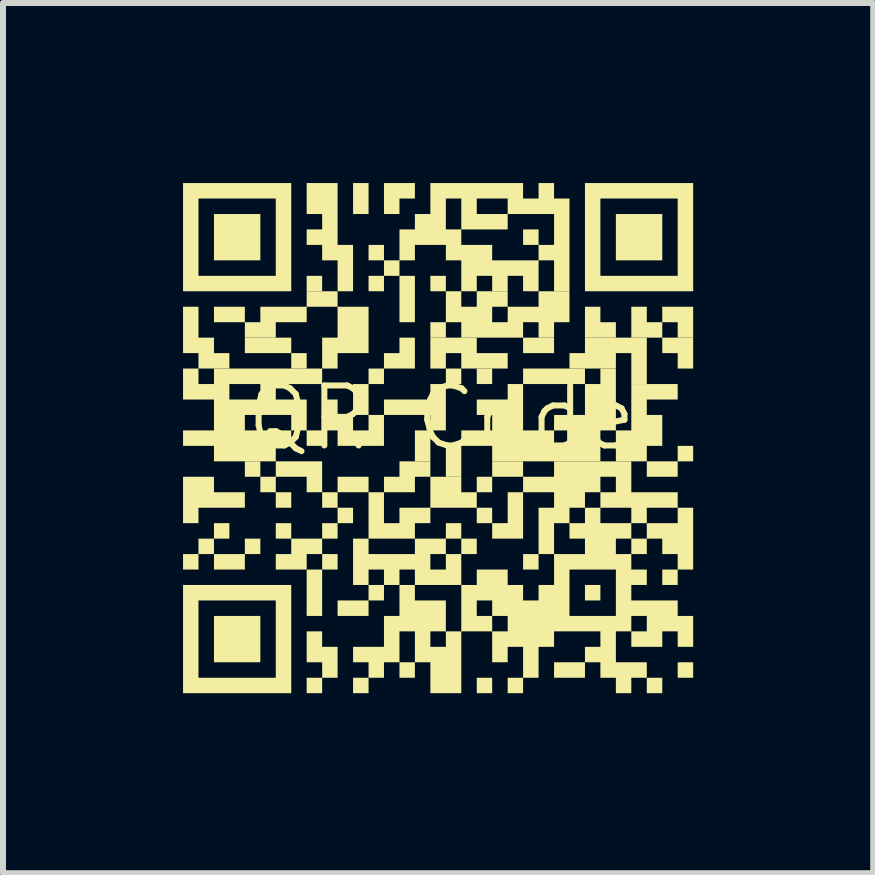
<source format=kicad_pcb>
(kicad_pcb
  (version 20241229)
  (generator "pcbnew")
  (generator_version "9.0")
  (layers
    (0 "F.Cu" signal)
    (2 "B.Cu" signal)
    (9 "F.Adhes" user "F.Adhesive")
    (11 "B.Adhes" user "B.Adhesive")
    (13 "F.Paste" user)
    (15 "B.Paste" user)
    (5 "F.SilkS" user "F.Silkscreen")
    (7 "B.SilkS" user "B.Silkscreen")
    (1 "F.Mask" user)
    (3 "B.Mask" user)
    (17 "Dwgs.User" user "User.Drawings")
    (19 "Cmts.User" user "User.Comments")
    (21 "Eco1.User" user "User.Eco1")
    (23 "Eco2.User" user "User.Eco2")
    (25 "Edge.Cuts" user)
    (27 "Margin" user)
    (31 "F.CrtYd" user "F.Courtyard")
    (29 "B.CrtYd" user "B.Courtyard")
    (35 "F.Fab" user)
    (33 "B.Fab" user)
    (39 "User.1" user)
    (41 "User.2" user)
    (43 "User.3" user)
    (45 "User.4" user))
  (footprint "QR Code"
    (layer "F.Cu")
    (at 4.307 4.415)
    (property "Reference" "QR Code" (at 0 -0.5 0) (unlocked yes) (layer "F.SilkS") (effects (font (size 1 1) (thickness 0.1))))
    (attr smd)
    (fp_poly (pts (xy -4.05 2.025) (xy -4.307 2.025) (xy -4.307 1.767) (xy -4.05 1.767)) (stroke (width 0) (type solid)) (fill yes) (layer "F.SilkS"))
    (fp_poly (pts (xy -3.019 0.479) (xy -3.277 0.479) (xy -3.277 0.222) (xy -3.019 0.222)) (stroke (width 0) (type solid)) (fill yes) (layer "F.SilkS"))
    (fp_poly (pts (xy -3.019 -3.127) (xy -3.792 -3.127) (xy -3.792 -3.899) (xy -3.019 -3.899)) (stroke (width 0) (type solid)) (fill yes) (layer "F.SilkS"))
    (fp_poly (pts (xy -3.019 1.767) (xy -3.277 1.767) (xy -3.277 1.51) (xy -3.019 1.51)) (stroke (width 0) (type solid)) (fill yes) (layer "F.SilkS"))
    (fp_poly (pts (xy -3.019 3.57) (xy -3.792 3.57) (xy -3.792 2.798) (xy -3.019 2.798)) (stroke (width 0) (type solid)) (fill yes) (layer "F.SilkS"))
    (fp_poly (pts (xy -2.504 -1.581) (xy -3.277 -1.581) (xy -3.277 -1.839) (xy -2.504 -1.839)) (stroke (width 0) (type solid)) (fill yes) (layer "F.SilkS"))
    (fp_poly (pts (xy -2.504 1.51) (xy -2.762 1.51) (xy -2.762 1.252) (xy -2.504 1.252)) (stroke (width 0) (type solid)) (fill yes) (layer "F.SilkS"))
    (fp_poly (pts (xy -2.247 -1.324) (xy -2.504 -1.324) (xy -2.504 -1.581) (xy -2.247 -1.581)) (stroke (width 0) (type solid)) (fill yes) (layer "F.SilkS"))
    (fp_poly (pts (xy -1.989 2.798) (xy -2.247 2.798) (xy -2.247 2.025) (xy -1.989 2.025)) (stroke (width 0) (type solid)) (fill yes) (layer "F.SilkS"))
    (fp_poly (pts (xy -1.989 -2.612) (xy -2.247 -2.612) (xy -2.247 -2.869) (xy -1.989 -2.869)) (stroke (width 0) (type solid)) (fill yes) (layer "F.SilkS"))
    (fp_poly (pts (xy -1.732 0.995) (xy -1.989 0.995) (xy -1.989 0.737) (xy -1.732 0.737)) (stroke (width 0) (type solid)) (fill yes) (layer "F.SilkS"))
    (fp_poly (pts (xy -1.216 0.737) (xy -1.732 0.737) (xy -1.732 0.479) (xy -1.216 0.479)) (stroke (width 0) (type solid)) (fill yes) (layer "F.SilkS"))
    (fp_poly (pts (xy -1.216 -3.899) (xy -1.474 -3.899) (xy -1.474 -4.415) (xy -1.216 -4.415)) (stroke (width 0) (type solid)) (fill yes) (layer "F.SilkS"))
    (fp_poly (pts (xy -1.216 2.798) (xy -1.732 2.798) (xy -1.732 2.54) (xy -1.216 2.54)) (stroke (width 0) (type solid)) (fill yes) (layer "F.SilkS"))
    (fp_poly (pts (xy -0.959 -1.066) (xy -1.216 -1.066) (xy -1.216 -1.324) (xy -0.959 -1.324)) (stroke (width 0) (type solid)) (fill yes) (layer "F.SilkS"))
    (fp_poly (pts (xy -0.959 -3.127) (xy -1.216 -3.127) (xy -1.216 -3.384) (xy -0.959 -3.384)) (stroke (width 0) (type solid)) (fill yes) (layer "F.SilkS"))
    (fp_poly (pts (xy -0.959 -2.612) (xy -1.216 -2.612) (xy -1.216 -2.869) (xy -0.959 -2.869)) (stroke (width 0) (type solid)) (fill yes) (layer "F.SilkS"))
    (fp_poly (pts (xy -0.959 2.54) (xy -1.216 2.54) (xy -1.216 2.282) (xy -0.959 2.282)) (stroke (width 0) (type solid)) (fill yes) (layer "F.SilkS"))
    (fp_poly (pts (xy -0.444 3.828) (xy -0.701 3.828) (xy -0.701 3.57) (xy -0.444 3.57)) (stroke (width 0) (type solid)) (fill yes) (layer "F.SilkS"))
    (fp_poly (pts (xy 0.072 -1.839) (xy -0.186 -1.839) (xy -0.186 -2.096) (xy 0.072 -2.096)) (stroke (width 0) (type solid)) (fill yes) (layer "F.SilkS"))
    (fp_poly (pts (xy 0.072 -2.612) (xy -0.186 -2.612) (xy -0.186 -2.869) (xy 0.072 -2.869)) (stroke (width 0) (type solid)) (fill yes) (layer "F.SilkS"))
    (fp_poly (pts (xy 0.329 -1.066) (xy 0.072 -1.066) (xy 0.072 -1.324) (xy 0.329 -1.324)) (stroke (width 0) (type solid)) (fill yes) (layer "F.SilkS"))
    (fp_poly (pts (xy 0.329 0.479) (xy 0.072 0.479) (xy 0.072 -0.036) (xy 0.329 -0.036)) (stroke (width 0) (type solid)) (fill yes) (layer "F.SilkS"))
    (fp_poly (pts (xy 0.587 1.767) (xy 0.329 1.767) (xy 0.329 1.51) (xy 0.587 1.51)) (stroke (width 0) (type solid)) (fill yes) (layer "F.SilkS"))
    (fp_poly (pts (xy 0.844 0.737) (xy 0.587 0.737) (xy 0.587 0.479) (xy 0.844 0.479)) (stroke (width 0) (type solid)) (fill yes) (layer "F.SilkS"))
    (fp_poly (pts (xy 0.844 -1.066) (xy 0.587 -1.066) (xy 0.587 -1.324) (xy 0.844 -1.324)) (stroke (width 0) (type solid)) (fill yes) (layer "F.SilkS"))
    (fp_poly (pts (xy 0.844 1.252) (xy 0.587 1.252) (xy 0.587 0.995) (xy 0.844 0.995)) (stroke (width 0) (type solid)) (fill yes) (layer "F.SilkS"))
    (fp_poly (pts (xy 0.844 4.085) (xy 0.587 4.085) (xy 0.587 3.828) (xy 0.844 3.828)) (stroke (width 0) (type solid)) (fill yes) (layer "F.SilkS"))
    (fp_poly (pts (xy 1.359 0.479) (xy 0.844 0.479) (xy 0.844 0.222) (xy 1.359 0.222)) (stroke (width 0) (type solid)) (fill yes) (layer "F.SilkS"))
    (fp_poly (pts (xy 1.617 2.025) (xy 1.359 2.025) (xy 1.359 1.767) (xy 1.617 1.767)) (stroke (width 0) (type solid)) (fill yes) (layer "F.SilkS"))
    (fp_poly (pts (xy 1.617 -3.384) (xy 1.359 -3.384) (xy 1.359 -3.642) (xy 1.617 -3.642)) (stroke (width 0) (type solid)) (fill yes) (layer "F.SilkS"))
    (fp_poly (pts (xy 1.875 -1.581) (xy 1.359 -1.581) (xy 1.359 -1.839) (xy 1.875 -1.839)) (stroke (width 0) (type solid)) (fill yes) (layer "F.SilkS"))
    (fp_poly (pts (xy 2.39 -1.066) (xy 1.359 -1.066) (xy 1.359 -1.324) (xy 2.39 -1.324)) (stroke (width 0) (type solid)) (fill yes) (layer "F.SilkS"))
    (fp_poly (pts (xy 2.647 2.54) (xy 2.39 2.54) (xy 2.39 2.282) (xy 2.647 2.282)) (stroke (width 0) (type solid)) (fill yes) (layer "F.SilkS"))
    (fp_poly (pts (xy 3.42 1.767) (xy 3.162 1.767) (xy 3.162 1.51) (xy 3.42 1.51)) (stroke (width 0) (type solid)) (fill yes) (layer "F.SilkS"))
    (fp_poly (pts (xy 3.678 -3.127) (xy 2.905 -3.127) (xy 2.905 -3.899) (xy 3.678 -3.899)) (stroke (width 0) (type solid)) (fill yes) (layer "F.SilkS"))
    (fp_poly (pts (xy 3.678 4.085) (xy 3.42 4.085) (xy 3.42 3.828) (xy 3.678 3.828)) (stroke (width 0) (type solid)) (fill yes) (layer "F.SilkS"))
    (fp_poly (pts (xy 3.935 0.479) (xy 3.42 0.479) (xy 3.42 0.222) (xy 3.935 0.222)) (stroke (width 0) (type solid)) (fill yes) (layer "F.SilkS"))
    (fp_poly (pts (xy 3.935 2.282) (xy 3.678 2.282) (xy 3.678 2.025) (xy 3.935 2.025)) (stroke (width 0) (type solid)) (fill yes) (layer "F.SilkS"))
    (fp_poly (pts (xy 4.193 0.222) (xy 3.935 0.222) (xy 3.935 -0.036) (xy 4.193 -0.036)) (stroke (width 0) (type solid)) (fill yes) (layer "F.SilkS"))
    (fp_poly (pts (xy 4.193 3.828) (xy 3.935 3.828) (xy 3.935 3.57) (xy 4.193 3.57)) (stroke (width 0) (type solid)) (fill yes) (layer "F.SilkS"))
    (fp_poly (pts (xy -0.444 -1.581) (xy -0.444 -1.324) (xy -0.959 -1.324) (xy -0.959 -1.581) (xy -0.701 -1.581) (xy -0.701 -1.839) (xy -0.444 -1.839)) (stroke (width 0) (type solid)) (fill yes) (layer "F.SilkS"))
    (fp_poly (pts (xy 0.329 0.737) (xy 0.587 0.737) (xy 0.587 0.995) (xy -0.186 0.995) (xy -0.186 0.737) (xy -0.186 0.479) (xy 0.329 0.479)) (stroke (width 0) (type solid)) (fill yes) (layer "F.SilkS"))
    (fp_poly (pts (xy 4.193 -2.096) (xy 4.193 -1.839) (xy 3.935 -1.839) (xy 3.935 -2.096) (xy 3.678 -2.096) (xy 3.678 -2.354) (xy 4.193 -2.354)) (stroke (width 0) (type solid)) (fill yes) (layer "F.SilkS"))
    (fp_poly (pts (xy 4.193 -1.581) (xy 4.193 -1.324) (xy 3.935 -1.324) (xy 3.935 -1.581) (xy 3.678 -1.581) (xy 3.678 -1.839) (xy 4.193 -1.839)) (stroke (width 0) (type solid)) (fill yes) (layer "F.SilkS"))
    (fp_poly (pts (xy -0.444 -4.157) (xy -0.701 -4.157) (xy -0.701 -3.899) (xy -0.959 -3.899) (xy -0.959 -4.157) (xy -0.959 -4.157) (xy -0.959 -4.415) (xy -0.444 -4.415)) (stroke (width 0) (type solid)) (fill yes) (layer "F.SilkS"))
    (fp_poly (pts (xy -0.186 0.479) (xy -0.444 0.479) (xy -0.444 0.737) (xy -0.959 0.737) (xy -0.959 0.479) (xy -0.701 0.479) (xy -0.701 0.222) (xy -0.186 0.222)) (stroke (width 0) (type solid)) (fill yes) (layer "F.SilkS"))
    (fp_poly (pts (xy 1.359 1.252) (xy 1.359 1.252) (xy 1.359 1.51) (xy 0.844 1.51) (xy 0.844 1.252) (xy 1.102 1.252) (xy 1.102 0.737) (xy 1.359 0.737)) (stroke (width 0) (type solid)) (fill yes) (layer "F.SilkS"))
    (fp_poly (pts (xy 2.647 -2.096) (xy 2.905 -2.096) (xy 2.905 -1.839) (xy 2.39 -1.839) (xy 2.39 -2.096) (xy 2.39 -2.096) (xy 2.39 -2.354) (xy 2.647 -2.354)) (stroke (width 0) (type solid)) (fill yes) (layer "F.SilkS"))
    (fp_poly (pts (xy 3.42 -2.096) (xy 3.678 -2.096) (xy 3.678 -1.839) (xy 3.162 -1.839) (xy 3.162 -2.096) (xy 3.162 -2.096) (xy 3.162 -2.354) (xy 3.42 -2.354)) (stroke (width 0) (type solid)) (fill yes) (layer "F.SilkS"))
    (fp_poly (pts (xy -1.216 -1.839) (xy -1.216 -1.839) (xy -1.216 -1.581) (xy -1.732 -1.581) (xy -1.732 -1.324) (xy -1.989 -1.324) (xy -1.989 -1.581) (xy -1.989 -1.839) (xy -1.732 -1.839) (xy -1.732 -2.354) (xy -1.216 -2.354)) (stroke (width 0) (type solid)) (fill yes) (layer "F.SilkS"))
    (fp_poly (pts (xy 0.587 -1.581) (xy 1.102 -1.581) (xy 1.102 -1.324) (xy 0.329 -1.324) (xy 0.329 -1.581) (xy 0.072 -1.581) (xy 0.072 -1.324) (xy -0.186 -1.324) (xy -0.186 -1.581) (xy -0.186 -1.839) (xy 0.587 -1.839)) (stroke (width 0) (type solid)) (fill yes) (layer "F.SilkS"))
    (fp_poly (pts (xy 3.42 -1.581) (xy 3.42 -1.066) (xy 3.162 -1.066) (xy 3.162 -1.581) (xy 2.905 -1.581) (xy 2.905 -1.324) (xy 2.132 -1.324) (xy 2.132 -1.581) (xy 2.39 -1.581) (xy 2.39 -1.839) (xy 3.42 -1.839)) (stroke (width 0) (type solid)) (fill yes) (layer "F.SilkS"))
    (fp_poly (pts (xy -4.05 -1.839) (xy -3.792 -1.839) (xy -3.792 -1.581) (xy -3.535 -1.581) (xy -3.535 -1.324) (xy -4.05 -1.324) (xy -4.05 -1.581) (xy -4.307 -1.581) (xy -4.307 -1.839) (xy -4.307 -1.839) (xy -4.307 -2.354) (xy -4.05 -2.354)) (stroke (width 0) (type solid)) (fill yes) (layer "F.SilkS"))
    (fp_poly (pts (xy -3.792 0.737) (xy -3.277 0.737) (xy -3.277 0.995) (xy -4.05 0.995) (xy -4.05 1.252) (xy -4.307 1.252) (xy -4.307 0.995) (xy -4.307 0.995) (xy -4.307 0.737) (xy -4.307 0.737) (xy -4.307 0.479) (xy -3.792 0.479)) (stroke (width 0) (type solid)) (fill yes) (layer "F.SilkS"))
    (fp_poly (pts (xy -3.535 1.51) (xy -3.792 1.51) (xy -3.792 1.767) (xy -3.277 1.767) (xy -3.277 2.025) (xy -3.792 2.025) (xy -3.792 1.767) (xy -4.05 1.767) (xy -4.05 1.51) (xy -3.792 1.51) (xy -3.792 1.252) (xy -3.535 1.252)) (stroke (width 0) (type solid)) (fill yes) (layer "F.SilkS"))
    (fp_poly (pts (xy 4.193 1.252) (xy 4.193 1.51) (xy 4.193 1.767) (xy 4.193 2.025) (xy 3.935 2.025) (xy 3.935 1.767) (xy 3.678 1.767) (xy 3.678 1.51) (xy 3.42 1.51) (xy 3.42 1.252) (xy 3.935 1.252) (xy 3.935 0.995) (xy 4.193 0.995)) (stroke (width 0) (type solid)) (fill yes) (layer "F.SilkS"))
    (fp_poly (pts (xy 4.193 -4.157) (xy 4.193 -2.869) (xy 4.193 -2.612) (xy 2.39 -2.612) (xy 2.39 -2.869) (xy 2.39 -4.157) (xy 2.647 -4.157) (xy 2.647 -2.869) (xy 3.935 -2.869) (xy 3.935 -4.157) (xy 2.647 -4.157) (xy 2.39 -4.157) (xy 2.39 -4.415) (xy 4.193 -4.415)) (stroke (width 0) (type solid)) (fill yes) (layer "F.SilkS"))
    (fp_poly (pts (xy -1.989 0.479) (xy -1.989 0.737) (xy -2.247 0.737) (xy -2.247 0.479) (xy -2.762 0.479) (xy -2.762 0.737) (xy -2.504 0.737) (xy -2.504 0.995) (xy -2.762 0.995) (xy -2.762 0.737) (xy -3.019 0.737) (xy -3.019 0.479) (xy -2.762 0.479) (xy -2.762 0.222) (xy -1.989 0.222)) (stroke (width 0) (type solid)) (fill yes) (layer "F.SilkS"))
    (fp_poly (pts (xy -1.989 3.313) (xy -1.732 3.313) (xy -1.732 3.57) (xy -1.732 3.57) (xy -1.732 3.828) (xy -1.989 3.828) (xy -1.989 4.085) (xy -2.247 4.085) (xy -2.247 3.828) (xy -1.989 3.828) (xy -1.989 3.57) (xy -2.247 3.57) (xy -2.247 3.313) (xy -2.247 3.055) (xy -1.989 3.055)) (stroke (width 0) (type solid)) (fill yes) (layer "F.SilkS"))
    (fp_poly (pts (xy -2.504 2.54) (xy -2.504 3.828) (xy -2.504 3.828) (xy -2.504 4.085) (xy -4.307 4.085) (xy -4.307 3.828) (xy -4.05 3.828) (xy -2.762 3.828) (xy -2.762 2.54) (xy -4.05 2.54) (xy -4.05 3.828) (xy -4.307 3.828) (xy -4.307 3.828) (xy -4.307 2.54) (xy -4.307 2.282) (xy -2.504 2.282)) (stroke (width 0) (type solid)) (fill yes) (layer "F.SilkS"))
    (fp_poly (pts (xy -1.732 -2.354) (xy -2.247 -2.354) (xy -2.247 -2.096) (xy -2.762 -2.096) (xy -2.762 -1.839) (xy -3.277 -1.839) (xy -3.277 -2.096) (xy -3.792 -2.096) (xy -3.792 -2.354) (xy -3.277 -2.354) (xy -3.277 -2.096) (xy -3.019 -2.096) (xy -3.019 -2.354) (xy -2.247 -2.354) (xy -2.247 -2.612) (xy -1.732 -2.612)) (stroke (width 0) (type solid)) (fill yes) (layer "F.SilkS"))
    (fp_poly (pts (xy -2.504 -4.157) (xy -2.504 -4.157) (xy -2.504 -2.869) (xy -2.504 -2.869) (xy -2.504 -2.612) (xy -4.307 -2.612) (xy -4.307 -2.869) (xy -4.05 -2.869) (xy -2.762 -2.869) (xy -2.762 -4.157) (xy -4.05 -4.157) (xy -4.05 -2.869) (xy -4.307 -2.869) (xy -4.307 -2.869) (xy -4.307 -4.157) (xy -4.307 -4.415) (xy -2.504 -4.415)) (stroke (width 0) (type solid)) (fill yes) (layer "F.SilkS"))
    (fp_poly (pts (xy -1.732 -3.899) (xy -1.732 -3.899) (xy -1.732 -3.642) (xy -1.732 -3.384) (xy -1.474 -3.384) (xy -1.474 -3.127) (xy -1.474 -2.612) (xy -1.732 -2.612) (xy -1.732 -3.127) (xy -1.989 -3.127) (xy -1.989 -3.384) (xy -2.247 -3.384) (xy -2.247 -3.642) (xy -1.989 -3.642) (xy -1.989 -3.899) (xy -2.247 -3.899) (xy -2.247 -4.415) (xy -1.732 -4.415)) (stroke (width 0) (type solid)) (fill yes) (layer "F.SilkS"))
    (fp_poly (pts (xy -1.474 1.252) (xy -1.732 1.252) (xy -1.732 1.51) (xy -1.989 1.51) (xy -1.989 1.767) (xy -1.732 1.767) (xy -1.732 2.025) (xy -1.989 2.025) (xy -1.989 1.767) (xy -2.247 1.767) (xy -2.247 2.025) (xy -2.762 2.025) (xy -2.762 1.767) (xy -2.504 1.767) (xy -2.504 1.51) (xy -1.989 1.51) (xy -1.989 1.252) (xy -1.732 1.252) (xy -1.732 0.995) (xy -1.474 0.995)) (stroke (width 0) (type solid)) (fill yes) (layer "F.SilkS"))
    (fp_poly (pts (xy 1.102 -2.354) (xy 0.844 -2.354) (xy 0.844 -2.096) (xy 1.102 -2.096) (xy 1.102 -2.354) (xy 1.617 -2.354) (xy 1.617 -2.612) (xy 2.132 -2.612) (xy 2.132 -2.354) (xy 2.132 -2.354) (xy 2.132 -2.096) (xy 1.875 -2.096) (xy 1.875 -1.839) (xy 1.617 -1.839) (xy 1.617 -2.096) (xy 1.359 -2.096) (xy 1.359 -1.839) (xy 0.329 -1.839) (xy 0.329 -2.096) (xy 0.072 -2.096) (xy 0.072 -2.354) (xy 0.072 -2.354) (xy 0.072 -2.612) (xy 0.329 -2.612) (xy 0.329 -2.354) (xy 0.587 -2.354) (xy 0.587 -2.612) (xy 1.102 -2.612)) (stroke (width 0) (type solid)) (fill yes) (layer "F.SilkS"))
    (fp_poly (pts (xy -0.444 2.54) (xy 0.072 2.54) (xy 0.072 2.798) (xy 0.072 2.798) (xy 0.072 3.055) (xy 0.329 3.055) (xy 0.329 3.313) (xy 0.329 3.313) (xy 0.329 3.57) (xy 0.329 4.085) (xy -0.186 4.085) (xy -0.186 3.57) (xy -0.444 3.57) (xy -0.444 3.313) (xy -0.186 3.313) (xy 0.072 3.313) (xy 0.072 3.055) (xy -0.186 3.055) (xy -0.186 3.313) (xy -0.444 3.313) (xy -0.444 3.313) (xy -0.444 3.055) (xy -0.701 3.055) (xy -0.701 3.313) (xy -0.701 3.313) (xy -0.701 3.57) (xy -0.959 3.57) (xy -0.959 3.828) (xy -1.216 3.828) (xy -1.216 4.085) (xy -1.474 4.085) (xy -1.474 3.828) (xy -1.216 3.828) (xy -1.216 3.57) (xy -1.474 3.57) (xy -1.474 3.313) (xy -0.959 3.313) (xy -0.959 3.055) (xy -0.959 2.798) (xy -0.701 2.798) (xy -0.701 2.54) (xy -0.701 2.282) (xy -0.444 2.282)) (stroke (width 0) (type solid)) (fill yes) (layer "F.SilkS"))
    (fp_poly (pts (xy -0.186 1.252) (xy -0.444 1.252) (xy -0.444 1.51) (xy 0.072 1.51) (xy 0.072 1.252) (xy 0.329 1.252) (xy 0.329 1.51) (xy 0.072 1.51) (xy 0.072 1.767) (xy 0.329 1.767) (xy 0.329 2.025) (xy 0.329 2.025) (xy 0.329 2.282) (xy -0.444 2.282) (xy -0.444 2.025) (xy -0.186 2.025) (xy 0.072 2.025) (xy 0.072 1.767) (xy -0.186 1.767) (xy -0.186 2.025) (xy -0.444 2.025) (xy -0.701 2.025) (xy -0.701 2.282) (xy -0.959 2.282) (xy -0.959 2.025) (xy -1.216 2.025) (xy -1.216 2.282) (xy -1.474 2.282) (xy -1.474 2.025) (xy -1.474 2.025) (xy -1.474 1.767) (xy -1.474 1.767) (xy -1.474 1.51) (xy -1.216 1.51) (xy -1.216 1.51) (xy -1.216 1.767) (xy -0.444 1.767) (xy -0.444 1.51) (xy -1.216 1.51) (xy -1.216 1.51) (xy -1.216 1.252) (xy -1.216 1.252) (xy -1.216 0.737) (xy -0.959 0.737) (xy -0.959 1.252) (xy -0.701 1.252) (xy -0.701 0.995) (xy -0.186 0.995)) (stroke (width 0) (type solid)) (fill yes) (layer "F.SilkS"))
    (fp_poly (pts (xy 2.905 -1.066) (xy 2.905 -0.551) (xy 2.905 -0.551) (xy 2.905 -0.293) (xy 3.162 -0.293) (xy 3.162 -0.551) (xy 3.162 -0.808) (xy 3.162 -1.066) (xy 3.935 -1.066) (xy 3.935 -0.808) (xy 3.42 -0.808) (xy 3.42 -0.551) (xy 3.678 -0.551) (xy 3.678 -0.293) (xy 3.678 -0.036) (xy 3.42 -0.036) (xy 3.42 0.222) (xy 2.905 0.222) (xy 2.905 -0.036) (xy 2.905 -0.036) (xy 2.905 -0.293) (xy 2.647 -0.293) (xy 2.647 -0.036) (xy 2.647 0.222) (xy 0.844 0.222) (xy 0.844 -0.036) (xy 1.875 -0.036) (xy 2.132 -0.036) (xy 2.132 -0.293) (xy 1.875 -0.293) (xy 1.875 -0.036) (xy 0.844 -0.036) (xy 0.329 -0.036) (xy 0.329 -0.293) (xy 0.844 -0.293) (xy 0.844 -0.551) (xy 0.587 -0.551) (xy 0.587 -0.808) (xy 1.102 -0.808) (xy 1.102 -1.066) (xy 1.359 -1.066) (xy 1.359 -0.808) (xy 1.359 -0.808) (xy 1.359 -0.551) (xy 1.359 -0.551) (xy 1.359 -0.293) (xy 1.875 -0.293) (xy 1.875 -0.551) (xy 2.39 -0.551) (xy 2.39 -1.066) (xy 2.647 -1.066) (xy 2.647 -1.324) (xy 2.905 -1.324)) (stroke (width 0) (type solid)) (fill yes) (layer "F.SilkS"))
    (fp_poly (pts (xy -1.989 -1.066) (xy -2.762 -1.066) (xy -2.762 -0.808) (xy -2.247 -0.808) (xy -2.247 -0.551) (xy -2.247 -0.551) (xy -2.247 -0.293) (xy -1.989 -0.293) (xy -1.989 -0.551) (xy -1.989 -0.551) (xy -1.989 -0.808) (xy -1.732 -0.808) (xy -1.732 -0.551) (xy -1.474 -0.551) (xy -1.474 -1.066) (xy -1.216 -1.066) (xy -1.216 -0.551) (xy -1.474 -0.551) (xy -1.474 -0.293) (xy -1.216 -0.293) (xy -1.216 -0.551) (xy -0.959 -0.551) (xy -0.959 -0.808) (xy -0.186 -0.808) (xy -0.186 -1.066) (xy 0.072 -1.066) (xy 0.072 -0.808) (xy 0.072 -0.551) (xy 0.072 -0.551) (xy 0.072 -0.293) (xy -0.186 -0.293) (xy -0.186 0.222) (xy -0.444 0.222) (xy -0.444 -0.293) (xy -0.186 -0.293) (xy -0.186 -0.551) (xy -0.959 -0.551) (xy -0.959 -0.293) (xy -0.959 -0.036) (xy -1.732 -0.036) (xy -1.732 -0.293) (xy -1.989 -0.293) (xy -1.989 -0.036) (xy -2.247 -0.036) (xy -2.247 -0.293) (xy -2.504 -0.293) (xy -2.504 -0.551) (xy -3.277 -0.551) (xy -3.277 -0.293) (xy -2.504 -0.293) (xy -2.504 -0.036) (xy -2.762 -0.036) (xy -2.762 0.222) (xy -3.792 0.222) (xy -3.792 -0.036) (xy -4.307 -0.036) (xy -4.307 -0.293) (xy -3.792 -0.293) (xy -3.792 -0.551) (xy -3.792 -0.551) (xy -3.792 -0.808) (xy -3.535 -0.808) (xy -3.019 -0.808) (xy -3.019 -1.066) (xy -3.535 -1.066) (xy -3.535 -0.808) (xy -3.792 -0.808) (xy -4.307 -0.808) (xy -4.307 -1.066) (xy -4.307 -1.066) (xy -4.307 -1.324) (xy -4.05 -1.324) (xy -4.05 -1.066) (xy -3.792 -1.066) (xy -3.792 -1.324) (xy -1.989 -1.324)) (stroke (width 0) (type solid)) (fill yes) (layer "F.SilkS"))
    (fp_poly (pts (xy 1.617 -4.415) (xy 1.875 -4.415) (xy 1.875 -4.157) (xy 2.132 -4.157) (xy 2.132 -3.899) (xy 2.132 -3.384) (xy 2.132 -3.127) (xy 2.132 -3.127) (xy 2.132 -2.612) (xy 1.875 -2.612) (xy 1.875 -3.127) (xy 1.617 -3.127) (xy 1.617 -2.869) (xy 1.617 -2.869) (xy 1.617 -2.612) (xy 1.359 -2.612) (xy 1.359 -2.869) (xy 1.102 -2.869) (xy 1.102 -2.612) (xy 0.844 -2.612) (xy 0.844 -2.869) (xy 0.587 -2.869) (xy 0.587 -2.612) (xy 0.329 -2.612) (xy 0.329 -2.869) (xy 0.329 -2.869) (xy 0.329 -3.127) (xy 0.072 -3.127) (xy 0.072 -3.384) (xy 0.329 -3.384) (xy 0.844 -3.384) (xy 0.844 -3.127) (xy 1.617 -3.127) (xy 1.617 -3.384) (xy 1.875 -3.384) (xy 1.875 -3.899) (xy 1.102 -3.899) (xy 1.102 -3.642) (xy 0.329 -3.642) (xy 0.329 -3.384) (xy 0.072 -3.384) (xy -0.444 -3.384) (xy -0.444 -3.127) (xy -0.701 -3.127) (xy -0.701 -2.869) (xy -0.444 -2.869) (xy -0.444 -2.096) (xy -0.701 -2.096) (xy -0.701 -2.869) (xy -0.959 -2.869) (xy -0.959 -3.127) (xy -0.701 -3.127) (xy -0.701 -3.384) (xy -0.701 -3.642) (xy -0.444 -3.642) (xy -0.444 -3.899) (xy -0.186 -3.899) (xy -0.186 -4.157) (xy 0.072 -4.157) (xy 0.072 -3.899) (xy 0.072 -3.642) (xy 0.329 -3.642) (xy 0.329 -3.899) (xy 0.587 -3.899) (xy 1.102 -3.899) (xy 1.102 -4.157) (xy 0.587 -4.157) (xy 0.587 -3.899) (xy 0.329 -3.899) (xy 0.329 -4.157) (xy 0.072 -4.157) (xy -0.186 -4.157) (xy -0.186 -4.157) (xy -0.186 -4.415) (xy 1.359 -4.415) (xy 1.359 -4.157) (xy 1.617 -4.157)) (stroke (width 0) (type solid)) (fill yes) (layer "F.SilkS"))
    (fp_poly (pts (xy 3.162 0.479) (xy 3.162 0.737) (xy 3.935 0.737) (xy 3.935 0.995) (xy 3.42 0.995) (xy 3.42 1.252) (xy 3.162 1.252) (xy 3.162 1.51) (xy 2.905 1.51) (xy 2.905 1.767) (xy 3.162 1.767) (xy 3.162 2.025) (xy 3.42 2.025) (xy 3.42 2.282) (xy 3.162 2.282) (xy 3.162 2.54) (xy 3.935 2.54) (xy 3.935 2.798) (xy 4.193 2.798) (xy 4.193 3.055) (xy 4.193 3.313) (xy 3.935 3.313) (xy 3.935 3.055) (xy 3.678 3.055) (xy 3.678 3.313) (xy 3.162 3.313) (xy 3.162 3.055) (xy 2.905 3.055) (xy 2.905 3.313) (xy 2.905 3.57) (xy 3.42 3.57) (xy 3.42 3.828) (xy 3.162 3.828) (xy 3.162 4.085) (xy 2.905 4.085) (xy 2.905 3.828) (xy 2.647 3.828) (xy 2.647 3.57) (xy 2.39 3.57) (xy 2.39 3.828) (xy 1.875 3.828) (xy 1.875 3.57) (xy 2.39 3.57) (xy 2.39 3.313) (xy 2.647 3.313) (xy 2.647 3.055) (xy 1.875 3.055) (xy 1.875 3.313) (xy 1.617 3.313) (xy 1.617 3.828) (xy 1.359 3.828) (xy 1.359 4.085) (xy 1.102 4.085) (xy 1.102 3.828) (xy 1.359 3.828) (xy 1.359 3.313) (xy 1.102 3.313) (xy 1.102 3.57) (xy 0.844 3.57) (xy 0.844 3.313) (xy 0.844 3.055) (xy 0.844 3.055) (xy 1.102 3.055) (xy 1.102 2.798) (xy 2.132 2.798) (xy 2.905 2.798) (xy 3.162 2.798) (xy 3.162 3.055) (xy 3.42 3.055) (xy 3.42 2.798) (xy 3.162 2.798) (xy 2.905 2.798) (xy 2.905 2.54) (xy 2.905 2.282) (xy 2.905 2.025) (xy 2.132 2.025) (xy 2.132 2.282) (xy 2.132 2.54) (xy 2.132 2.798) (xy 1.102 2.798) (xy 0.844 2.798) (xy 0.844 3.055) (xy 0.844 3.055) (xy 0.329 3.055) (xy 0.329 2.798) (xy 0.587 2.798) (xy 0.844 2.798) (xy 0.844 2.54) (xy 0.587 2.54) (xy 0.587 2.798) (xy 0.329 2.798) (xy 0.329 2.798) (xy 0.329 2.54) (xy 0.329 2.282) (xy 0.587 2.282) (xy 0.587 2.025) (xy 1.102 2.025) (xy 1.102 2.282) (xy 1.359 2.282) (xy 1.359 2.54) (xy 1.617 2.54) (xy 1.617 2.282) (xy 1.875 2.282) (xy 1.875 2.025) (xy 1.875 2.025) (xy 1.875 1.767) (xy 1.875 1.767) (xy 2.39 1.767) (xy 2.39 1.51) (xy 2.132 1.51) (xy 2.132 1.252) (xy 2.39 1.252) (xy 2.39 0.995) (xy 2.647 0.995) (xy 2.647 0.995) (xy 2.647 1.252) (xy 3.162 1.252) (xy 3.162 0.995) (xy 2.647 0.995) (xy 2.647 0.995) (xy 2.647 0.737) (xy 2.39 0.737) (xy 2.39 0.995) (xy 2.132 0.995) (xy 2.132 1.252) (xy 1.875 1.252) (xy 1.875 1.767) (xy 1.875 1.767) (xy 1.617 1.767) (xy 1.617 1.252) (xy 1.617 1.252) (xy 1.617 0.995) (xy 1.875 0.995) (xy 1.875 0.737) (xy 1.359 0.737) (xy 1.359 0.479) (xy 1.875 0.479) (xy 2.647 0.479) (xy 2.647 0.737) (xy 2.905 0.737) (xy 2.905 0.479) (xy 2.647 0.479) (xy 1.875 0.479) (xy 1.875 0.222) (xy 3.162 0.222)) (stroke (width 0) (type solid)) (fill yes) (layer "F.SilkS")))
  (gr_rect
    (start -3 -3)
    (end 11.5 11.5)
    (stroke (width 0.1) (type default))
    (fill no)
    (layer "Edge.Cuts")))
</source>
